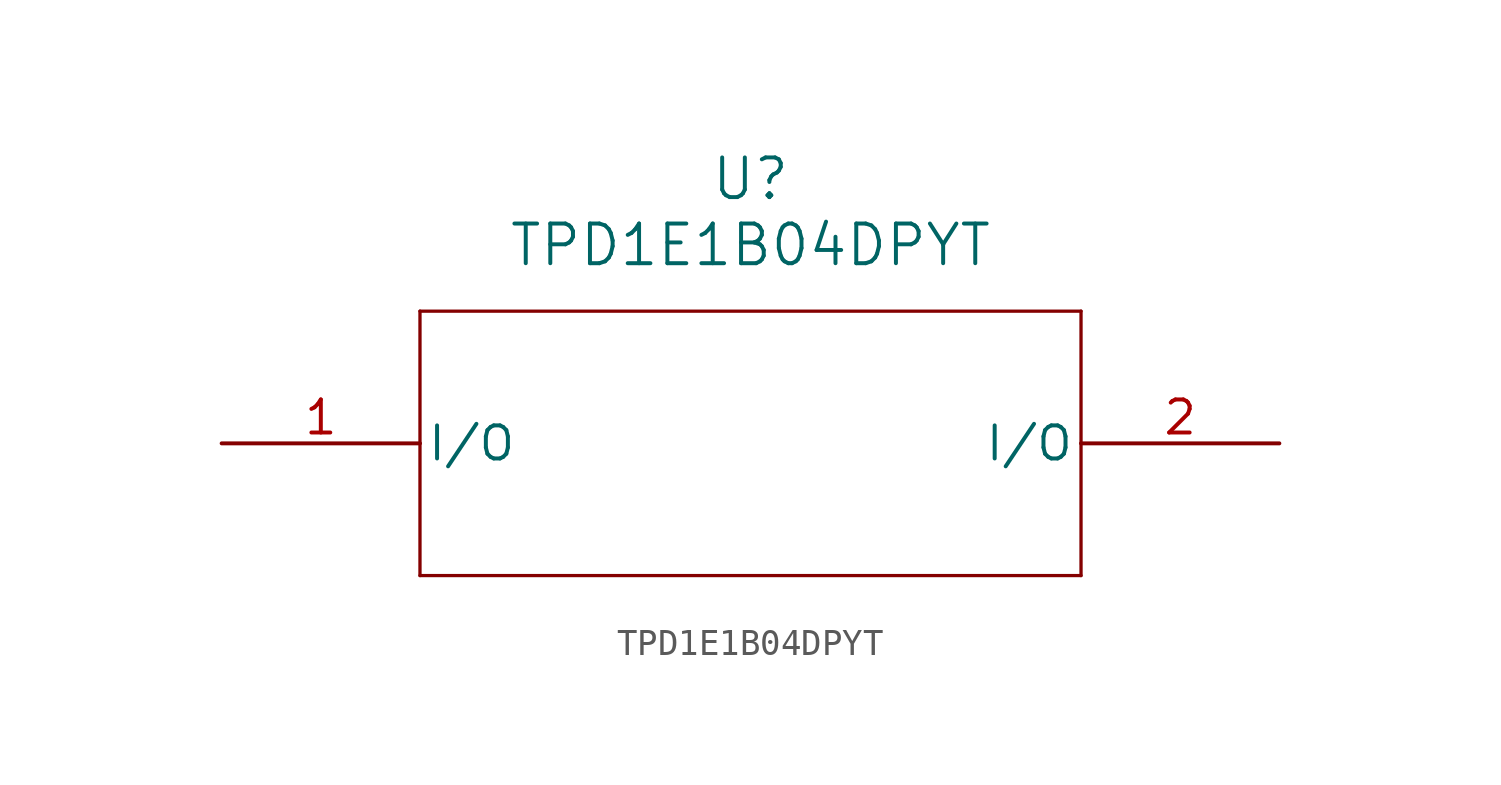
<source format=kicad_sym>
(kicad_symbol_lib
  (version 20211014)
  (generator kicad_symbol_editor)
  (symbol "TPD1E1B04DPYT"
    (pin_names
      (offset 0.254))
    (property "Reference" "U"
      (at 20.32 10.16 0)
      (effects (font (size 1.524 1.524))))
    (property "Value" "TPD1E1B04DPYT"
      (at 20.32 7.62 0)
      (effects (font (size 1.524 1.524))))
    (symbol "TPD1E1B04DPYT_0_1"
      (polyline (pts (xy 7.62 5.08) (xy 7.62 -5.08)) (stroke (width 0.127) (type default) (color 0 0 0 0)) (fill (type none)))
      (polyline (pts (xy 7.62 -5.08) (xy 33.02 -5.08)) (stroke (width 0.127) (type default) (color 0 0 0 0)) (fill (type none)))
      (polyline (pts (xy 33.02 -5.08) (xy 33.02 5.08)) (stroke (width 0.127) (type default) (color 0 0 0 0)) (fill (type none)))
      (polyline (pts (xy 33.02 5.08) (xy 7.62 5.08)) (stroke (width 0.127) (type default) (color 0 0 0 0)) (fill (type none)))
      (pin unspecified line (at 0 0 0) (length 7.62) (name "I/O" (effects (font (size 1.27 1.27)))) (number "1" (effects (font (size 1.27 1.27)))))
      (pin unspecified line (at 40.64 0 180) (length 7.62) (name "I/O" (effects (font (size 1.27 1.27)))) (number "2" (effects (font (size 1.27 1.27))))))))
</source>
